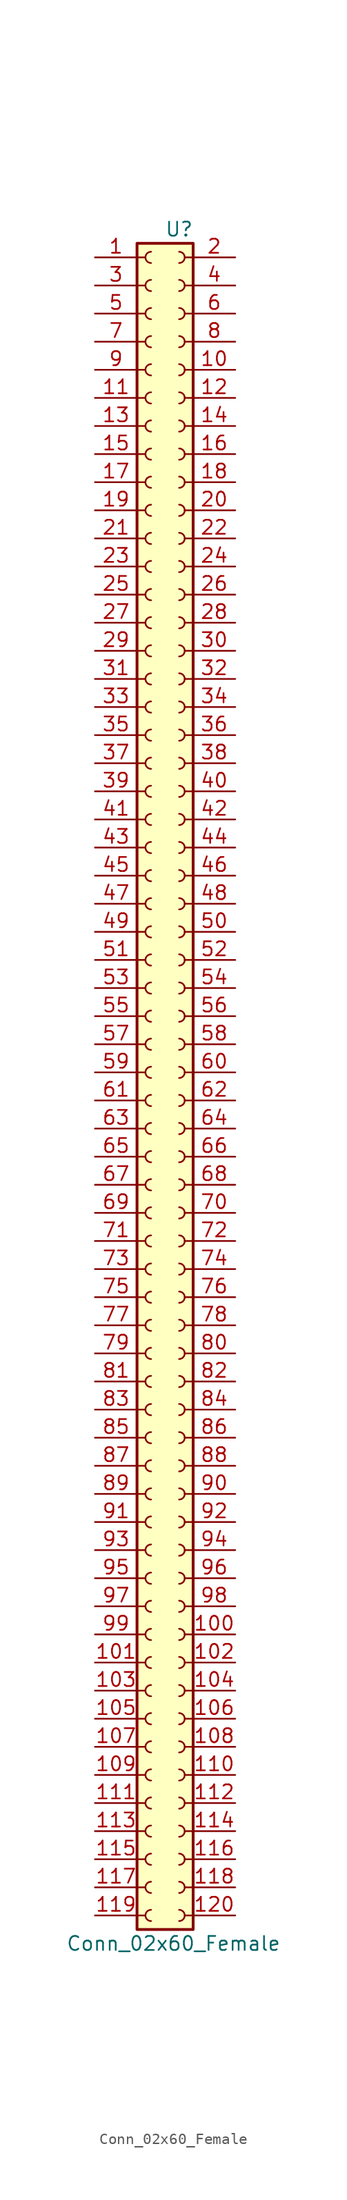
<source format=kicad_sym>
(kicad_symbol_lib
  (version 20231120)
  (generator "kicad_symbol_editor")
  (generator_version "8.0")
  (symbol "Conn_02x60_Female"
    (pin_names hide)
    (property "Reference" "U"
      (at 1.27 76.2 0)
      (effects (font (size 1.27 1.27))))
    (property "Value" "Conn_02x60_Female"
      (at 0.762 -78.74 0)
      (effects (font (size 1.27 1.27))))
    (symbol "Conn_02x60_Female_0_1"
      (polyline (pts (xy -2.54 -76.2) (xy -1.778 -76.2)) (stroke (width 0.152) (type default)) (fill (type none)))
      (polyline (pts (xy -2.54 -73.66) (xy -1.778 -73.66)) (stroke (width 0.152) (type default)) (fill (type none)))
      (polyline (pts (xy -2.54 -71.12) (xy -1.778 -71.12)) (stroke (width 0.152) (type default)) (fill (type none)))
      (polyline (pts (xy -2.54 -68.58) (xy -1.778 -68.58)) (stroke (width 0.152) (type default)) (fill (type none)))
      (polyline (pts (xy -2.54 -66.04) (xy -1.778 -66.04)) (stroke (width 0.152) (type default)) (fill (type none)))
      (polyline (pts (xy -2.54 -63.5) (xy -1.778 -63.5)) (stroke (width 0.152) (type default)) (fill (type none)))
      (polyline (pts (xy -2.54 -60.96) (xy -1.778 -60.96)) (stroke (width 0.152) (type default)) (fill (type none)))
      (polyline (pts (xy -2.54 -58.42) (xy -1.778 -58.42)) (stroke (width 0.152) (type default)) (fill (type none)))
      (polyline (pts (xy -2.54 -55.88) (xy -1.778 -55.88)) (stroke (width 0.152) (type default)) (fill (type none)))
      (polyline (pts (xy -2.54 -53.34) (xy -1.778 -53.34)) (stroke (width 0.152) (type default)) (fill (type none)))
      (polyline (pts (xy -2.54 -50.8) (xy -1.778 -50.8)) (stroke (width 0.152) (type default)) (fill (type none)))
      (polyline (pts (xy -2.54 -48.26) (xy -1.778 -48.26)) (stroke (width 0.152) (type default)) (fill (type none)))
      (polyline (pts (xy -2.54 -45.72) (xy -1.778 -45.72)) (stroke (width 0.152) (type default)) (fill (type none)))
      (polyline (pts (xy -2.54 -43.18) (xy -1.778 -43.18)) (stroke (width 0.152) (type default)) (fill (type none)))
      (polyline (pts (xy -2.54 -40.64) (xy -1.778 -40.64)) (stroke (width 0.152) (type default)) (fill (type none)))
      (polyline (pts (xy -2.54 -38.1) (xy -1.778 -38.1)) (stroke (width 0.152) (type default)) (fill (type none)))
      (polyline (pts (xy -2.54 -35.56) (xy -1.778 -35.56)) (stroke (width 0.152) (type default)) (fill (type none)))
      (polyline (pts (xy -2.54 -33.02) (xy -1.778 -33.02)) (stroke (width 0.152) (type default)) (fill (type none)))
      (polyline (pts (xy -2.54 -30.48) (xy -1.778 -30.48)) (stroke (width 0.152) (type default)) (fill (type none)))
      (polyline (pts (xy -2.54 -27.94) (xy -1.778 -27.94)) (stroke (width 0.152) (type default)) (fill (type none)))
      (polyline (pts (xy -2.54 -25.4) (xy -1.778 -25.4)) (stroke (width 0.152) (type default)) (fill (type none)))
      (polyline (pts (xy -2.54 -22.86) (xy -1.778 -22.86)) (stroke (width 0.152) (type default)) (fill (type none)))
      (polyline (pts (xy -2.54 -20.32) (xy -1.778 -20.32)) (stroke (width 0.152) (type default)) (fill (type none)))
      (polyline (pts (xy -2.54 -17.78) (xy -1.778 -17.78)) (stroke (width 0.152) (type default)) (fill (type none)))
      (polyline (pts (xy -2.54 -15.24) (xy -1.778 -15.24)) (stroke (width 0.152) (type default)) (fill (type none)))
      (polyline (pts (xy -2.54 -12.7) (xy -1.778 -12.7)) (stroke (width 0.152) (type default)) (fill (type none)))
      (polyline (pts (xy -2.54 -10.16) (xy -1.778 -10.16)) (stroke (width 0.152) (type default)) (fill (type none)))
      (polyline (pts (xy -2.54 -7.62) (xy -1.778 -7.62)) (stroke (width 0.152) (type default)) (fill (type none)))
      (polyline (pts (xy -2.54 -5.08) (xy -1.778 -5.08)) (stroke (width 0.152) (type default)) (fill (type none)))
      (polyline (pts (xy -2.54 -2.54) (xy -1.778 -2.54)) (stroke (width 0.152) (type default)) (fill (type none)))
      (polyline (pts (xy -2.54 0) (xy -1.778 0)) (stroke (width 0.152) (type default)) (fill (type none)))
      (polyline (pts (xy -2.54 2.54) (xy -1.778 2.54)) (stroke (width 0.152) (type default)) (fill (type none)))
      (polyline (pts (xy -2.54 5.08) (xy -1.778 5.08)) (stroke (width 0.152) (type default)) (fill (type none)))
      (polyline (pts (xy -2.54 7.62) (xy -1.778 7.62)) (stroke (width 0.152) (type default)) (fill (type none)))
      (polyline (pts (xy -2.54 10.16) (xy -1.778 10.16)) (stroke (width 0.152) (type default)) (fill (type none)))
      (polyline (pts (xy -2.54 12.7) (xy -1.778 12.7)) (stroke (width 0.152) (type default)) (fill (type none)))
      (polyline (pts (xy -2.54 15.24) (xy -1.778 15.24)) (stroke (width 0.152) (type default)) (fill (type none)))
      (polyline (pts (xy -2.54 17.78) (xy -1.778 17.78)) (stroke (width 0.152) (type default)) (fill (type none)))
      (polyline (pts (xy -2.54 20.32) (xy -1.778 20.32)) (stroke (width 0.152) (type default)) (fill (type none)))
      (polyline (pts (xy -2.54 22.86) (xy -1.778 22.86)) (stroke (width 0.152) (type default)) (fill (type none)))
      (polyline (pts (xy -2.54 25.4) (xy -1.778 25.4)) (stroke (width 0.152) (type default)) (fill (type none)))
      (polyline (pts (xy -2.54 27.94) (xy -1.778 27.94)) (stroke (width 0.152) (type default)) (fill (type none)))
      (polyline (pts (xy -2.54 30.48) (xy -1.778 30.48)) (stroke (width 0.152) (type default)) (fill (type none)))
      (polyline (pts (xy -2.54 33.02) (xy -1.778 33.02)) (stroke (width 0.152) (type default)) (fill (type none)))
      (polyline (pts (xy -2.54 35.56) (xy -1.778 35.56)) (stroke (width 0.152) (type default)) (fill (type none)))
      (polyline (pts (xy -2.54 38.1) (xy -1.778 38.1)) (stroke (width 0.152) (type default)) (fill (type none)))
      (polyline (pts (xy -2.54 40.64) (xy -1.778 40.64)) (stroke (width 0.152) (type default)) (fill (type none)))
      (polyline (pts (xy -2.54 43.18) (xy -1.778 43.18)) (stroke (width 0.152) (type default)) (fill (type none)))
      (polyline (pts (xy -2.54 45.72) (xy -1.778 45.72)) (stroke (width 0.152) (type default)) (fill (type none)))
      (polyline (pts (xy -2.54 48.26) (xy -1.778 48.26)) (stroke (width 0.152) (type default)) (fill (type none)))
      (polyline (pts (xy -2.54 50.8) (xy -1.778 50.8)) (stroke (width 0.152) (type default)) (fill (type none)))
      (polyline (pts (xy -2.54 53.34) (xy -1.778 53.34)) (stroke (width 0.152) (type default)) (fill (type none)))
      (polyline (pts (xy -2.54 55.88) (xy -1.778 55.88)) (stroke (width 0.152) (type default)) (fill (type none)))
      (polyline (pts (xy -2.54 58.42) (xy -1.778 58.42)) (stroke (width 0.152) (type default)) (fill (type none)))
      (polyline (pts (xy -2.54 60.96) (xy -1.778 60.96)) (stroke (width 0.152) (type default)) (fill (type none)))
      (polyline (pts (xy -2.54 63.5) (xy -1.778 63.5)) (stroke (width 0.152) (type default)) (fill (type none)))
      (polyline (pts (xy -2.54 66.04) (xy -1.778 66.04)) (stroke (width 0.152) (type default)) (fill (type none)))
      (polyline (pts (xy -2.54 68.58) (xy -1.778 68.58)) (stroke (width 0.152) (type default)) (fill (type none)))
      (polyline (pts (xy -2.54 71.12) (xy -1.778 71.12)) (stroke (width 0.152) (type default)) (fill (type none)))
      (polyline (pts (xy -2.54 73.66) (xy -1.778 73.66)) (stroke (width 0.152) (type default)) (fill (type none)))
      (polyline (pts (xy 2.54 -76.2) (xy 1.778 -76.2)) (stroke (width 0.152) (type default)) (fill (type none)))
      (polyline (pts (xy 2.54 -73.66) (xy 1.778 -73.66)) (stroke (width 0.152) (type default)) (fill (type none)))
      (polyline (pts (xy 2.54 -71.12) (xy 1.778 -71.12)) (stroke (width 0.152) (type default)) (fill (type none)))
      (polyline (pts (xy 2.54 -68.58) (xy 1.778 -68.58)) (stroke (width 0.152) (type default)) (fill (type none)))
      (polyline (pts (xy 2.54 -66.04) (xy 1.778 -66.04)) (stroke (width 0.152) (type default)) (fill (type none)))
      (polyline (pts (xy 2.54 -63.5) (xy 1.778 -63.5)) (stroke (width 0.152) (type default)) (fill (type none)))
      (polyline (pts (xy 2.54 -60.96) (xy 1.778 -60.96)) (stroke (width 0.152) (type default)) (fill (type none)))
      (polyline (pts (xy 2.54 -58.42) (xy 1.778 -58.42)) (stroke (width 0.152) (type default)) (fill (type none)))
      (polyline (pts (xy 2.54 -55.88) (xy 1.778 -55.88)) (stroke (width 0.152) (type default)) (fill (type none)))
      (polyline (pts (xy 2.54 -53.34) (xy 1.778 -53.34)) (stroke (width 0.152) (type default)) (fill (type none)))
      (polyline (pts (xy 2.54 -50.8) (xy 1.778 -50.8)) (stroke (width 0.152) (type default)) (fill (type none)))
      (polyline (pts (xy 2.54 -48.26) (xy 1.778 -48.26)) (stroke (width 0.152) (type default)) (fill (type none)))
      (polyline (pts (xy 2.54 -45.72) (xy 1.778 -45.72)) (stroke (width 0.152) (type default)) (fill (type none)))
      (polyline (pts (xy 2.54 -43.18) (xy 1.778 -43.18)) (stroke (width 0.152) (type default)) (fill (type none)))
      (polyline (pts (xy 2.54 -40.64) (xy 1.778 -40.64)) (stroke (width 0.152) (type default)) (fill (type none)))
      (polyline (pts (xy 2.54 -38.1) (xy 1.778 -38.1)) (stroke (width 0.152) (type default)) (fill (type none)))
      (polyline (pts (xy 2.54 -35.56) (xy 1.778 -35.56)) (stroke (width 0.152) (type default)) (fill (type none)))
      (polyline (pts (xy 2.54 -33.02) (xy 1.778 -33.02)) (stroke (width 0.152) (type default)) (fill (type none)))
      (polyline (pts (xy 2.54 -30.48) (xy 1.778 -30.48)) (stroke (width 0.152) (type default)) (fill (type none)))
      (polyline (pts (xy 2.54 -27.94) (xy 1.778 -27.94)) (stroke (width 0.152) (type default)) (fill (type none)))
      (polyline (pts (xy 2.54 -25.4) (xy 1.778 -25.4)) (stroke (width 0.152) (type default)) (fill (type none)))
      (polyline (pts (xy 2.54 -22.86) (xy 1.778 -22.86)) (stroke (width 0.152) (type default)) (fill (type none)))
      (polyline (pts (xy 2.54 -20.32) (xy 1.778 -20.32)) (stroke (width 0.152) (type default)) (fill (type none)))
      (polyline (pts (xy 2.54 -17.78) (xy 1.778 -17.78)) (stroke (width 0.152) (type default)) (fill (type none)))
      (polyline (pts (xy 2.54 -15.24) (xy 1.778 -15.24)) (stroke (width 0.152) (type default)) (fill (type none)))
      (polyline (pts (xy 2.54 -12.7) (xy 1.778 -12.7)) (stroke (width 0.152) (type default)) (fill (type none)))
      (polyline (pts (xy 2.54 -10.16) (xy 1.778 -10.16)) (stroke (width 0.152) (type default)) (fill (type none)))
      (polyline (pts (xy 2.54 -7.62) (xy 1.778 -7.62)) (stroke (width 0.152) (type default)) (fill (type none)))
      (polyline (pts (xy 2.54 -5.08) (xy 1.778 -5.08)) (stroke (width 0.152) (type default)) (fill (type none)))
      (polyline (pts (xy 2.54 -2.54) (xy 1.778 -2.54)) (stroke (width 0.152) (type default)) (fill (type none)))
      (polyline (pts (xy 2.54 0) (xy 1.778 0)) (stroke (width 0.152) (type default)) (fill (type none)))
      (polyline (pts (xy 2.54 2.54) (xy 1.778 2.54)) (stroke (width 0.152) (type default)) (fill (type none)))
      (polyline (pts (xy 2.54 5.08) (xy 1.778 5.08)) (stroke (width 0.152) (type default)) (fill (type none)))
      (polyline (pts (xy 2.54 7.62) (xy 1.778 7.62)) (stroke (width 0.152) (type default)) (fill (type none)))
      (polyline (pts (xy 2.54 10.16) (xy 1.778 10.16)) (stroke (width 0.152) (type default)) (fill (type none)))
      (polyline (pts (xy 2.54 12.7) (xy 1.778 12.7)) (stroke (width 0.152) (type default)) (fill (type none)))
      (polyline (pts (xy 2.54 15.24) (xy 1.778 15.24)) (stroke (width 0.152) (type default)) (fill (type none)))
      (polyline (pts (xy 2.54 17.78) (xy 1.778 17.78)) (stroke (width 0.152) (type default)) (fill (type none)))
      (polyline (pts (xy 2.54 20.32) (xy 1.778 20.32)) (stroke (width 0.152) (type default)) (fill (type none)))
      (polyline (pts (xy 2.54 22.86) (xy 1.778 22.86)) (stroke (width 0.152) (type default)) (fill (type none)))
      (polyline (pts (xy 2.54 25.4) (xy 1.778 25.4)) (stroke (width 0.152) (type default)) (fill (type none)))
      (polyline (pts (xy 2.54 27.94) (xy 1.778 27.94)) (stroke (width 0.152) (type default)) (fill (type none)))
      (polyline (pts (xy 2.54 30.48) (xy 1.778 30.48)) (stroke (width 0.152) (type default)) (fill (type none)))
      (polyline (pts (xy 2.54 33.02) (xy 1.778 33.02)) (stroke (width 0.152) (type default)) (fill (type none)))
      (polyline (pts (xy 2.54 35.56) (xy 1.778 35.56)) (stroke (width 0.152) (type default)) (fill (type none)))
      (polyline (pts (xy 2.54 38.1) (xy 1.778 38.1)) (stroke (width 0.152) (type default)) (fill (type none)))
      (polyline (pts (xy 2.54 40.64) (xy 1.778 40.64)) (stroke (width 0.152) (type default)) (fill (type none)))
      (polyline (pts (xy 2.54 43.18) (xy 1.778 43.18)) (stroke (width 0.152) (type default)) (fill (type none)))
      (polyline (pts (xy 2.54 45.72) (xy 1.778 45.72)) (stroke (width 0.152) (type default)) (fill (type none)))
      (polyline (pts (xy 2.54 48.26) (xy 1.778 48.26)) (stroke (width 0.152) (type default)) (fill (type none)))
      (polyline (pts (xy 2.54 50.8) (xy 1.778 50.8)) (stroke (width 0.152) (type default)) (fill (type none)))
      (polyline (pts (xy 2.54 53.34) (xy 1.778 53.34)) (stroke (width 0.152) (type default)) (fill (type none)))
      (polyline (pts (xy 2.54 55.88) (xy 1.778 55.88)) (stroke (width 0.152) (type default)) (fill (type none)))
      (polyline (pts (xy 2.54 58.42) (xy 1.778 58.42)) (stroke (width 0.152) (type default)) (fill (type none)))
      (polyline (pts (xy 2.54 60.96) (xy 1.778 60.96)) (stroke (width 0.152) (type default)) (fill (type none)))
      (polyline (pts (xy 2.54 63.5) (xy 1.778 63.5)) (stroke (width 0.152) (type default)) (fill (type none)))
      (polyline (pts (xy 2.54 66.04) (xy 1.778 66.04)) (stroke (width 0.152) (type default)) (fill (type none)))
      (polyline (pts (xy 2.54 68.58) (xy 1.778 68.58)) (stroke (width 0.152) (type default)) (fill (type none)))
      (polyline (pts (xy 2.54 71.12) (xy 1.778 71.12)) (stroke (width 0.152) (type default)) (fill (type none)))
      (polyline (pts (xy 2.54 73.66) (xy 1.778 73.66)) (stroke (width 0.152) (type default)) (fill (type none))))
    (symbol "Conn_02x60_Female_1_1"
      (rectangle (start -2.54 74.93) (end 2.54 -77.47) (stroke (width 0.254) (type default)) (fill (type background)))
      (arc (start -1.27 -75.692) (mid -1.7758 -76.2) (end -1.27 -76.708) (stroke (width 0.1524) (type default)) (fill (type none)))
      (arc (start -1.27 -73.152) (mid -1.7758 -73.66) (end -1.27 -74.168) (stroke (width 0.1524) (type default)) (fill (type none)))
      (arc (start -1.27 -70.612) (mid -1.7758 -71.12) (end -1.27 -71.628) (stroke (width 0.1524) (type default)) (fill (type none)))
      (arc (start -1.27 -68.072) (mid -1.7758 -68.58) (end -1.27 -69.088) (stroke (width 0.1524) (type default)) (fill (type none)))
      (arc (start -1.27 -65.532) (mid -1.7758 -66.04) (end -1.27 -66.548) (stroke (width 0.1524) (type default)) (fill (type none)))
      (arc (start -1.27 -62.992) (mid -1.7758 -63.5) (end -1.27 -64.008) (stroke (width 0.1524) (type default)) (fill (type none)))
      (arc (start -1.27 -60.452) (mid -1.7758 -60.96) (end -1.27 -61.468) (stroke (width 0.1524) (type default)) (fill (type none)))
      (arc (start -1.27 -57.912) (mid -1.7758 -58.42) (end -1.27 -58.928) (stroke (width 0.1524) (type default)) (fill (type none)))
      (arc (start -1.27 -55.372) (mid -1.7758 -55.88) (end -1.27 -56.388) (stroke (width 0.1524) (type default)) (fill (type none)))
      (arc (start -1.27 -52.832) (mid -1.7758 -53.34) (end -1.27 -53.848) (stroke (width 0.1524) (type default)) (fill (type none)))
      (arc (start -1.27 -50.292) (mid -1.7758 -50.8) (end -1.27 -51.308) (stroke (width 0.1524) (type default)) (fill (type none)))
      (arc (start -1.27 -47.752) (mid -1.7758 -48.26) (end -1.27 -48.768) (stroke (width 0.1524) (type default)) (fill (type none)))
      (arc (start -1.27 -45.212) (mid -1.7758 -45.72) (end -1.27 -46.228) (stroke (width 0.1524) (type default)) (fill (type none)))
      (arc (start -1.27 -42.672) (mid -1.7758 -43.18) (end -1.27 -43.688) (stroke (width 0.1524) (type default)) (fill (type none)))
      (arc (start -1.27 -40.132) (mid -1.7758 -40.64) (end -1.27 -41.148) (stroke (width 0.1524) (type default)) (fill (type none)))
      (arc (start -1.27 -37.592) (mid -1.7758 -38.1) (end -1.27 -38.608) (stroke (width 0.1524) (type default)) (fill (type none)))
      (arc (start -1.27 -35.052) (mid -1.7758 -35.56) (end -1.27 -36.068) (stroke (width 0.1524) (type default)) (fill (type none)))
      (arc (start -1.27 -32.512) (mid -1.7758 -33.02) (end -1.27 -33.528) (stroke (width 0.1524) (type default)) (fill (type none)))
      (arc (start -1.27 -29.972) (mid -1.7758 -30.48) (end -1.27 -30.988) (stroke (width 0.1524) (type default)) (fill (type none)))
      (arc (start -1.27 -27.432) (mid -1.7758 -27.94) (end -1.27 -28.448) (stroke (width 0.1524) (type default)) (fill (type none)))
      (arc (start -1.27 -24.892) (mid -1.7758 -25.4) (end -1.27 -25.908) (stroke (width 0.1524) (type default)) (fill (type none)))
      (arc (start -1.27 -22.352) (mid -1.7758 -22.86) (end -1.27 -23.368) (stroke (width 0.1524) (type default)) (fill (type none)))
      (arc (start -1.27 -19.812) (mid -1.7758 -20.32) (end -1.27 -20.828) (stroke (width 0.1524) (type default)) (fill (type none)))
      (arc (start -1.27 -17.272) (mid -1.7758 -17.78) (end -1.27 -18.288) (stroke (width 0.1524) (type default)) (fill (type none)))
      (arc (start -1.27 -14.732) (mid -1.7758 -15.24) (end -1.27 -15.748) (stroke (width 0.1524) (type default)) (fill (type none)))
      (arc (start -1.27 -12.192) (mid -1.7758 -12.7) (end -1.27 -13.208) (stroke (width 0.1524) (type default)) (fill (type none)))
      (arc (start -1.27 -9.652) (mid -1.7758 -10.16) (end -1.27 -10.668) (stroke (width 0.1524) (type default)) (fill (type none)))
      (arc (start -1.27 -7.112) (mid -1.7758 -7.62) (end -1.27 -8.128) (stroke (width 0.1524) (type default)) (fill (type none)))
      (arc (start -1.27 -4.572) (mid -1.7758 -5.08) (end -1.27 -5.588) (stroke (width 0.1524) (type default)) (fill (type none)))
      (arc (start -1.27 -2.032) (mid -1.7758 -2.54) (end -1.27 -3.048) (stroke (width 0.1524) (type default)) (fill (type none)))
      (arc (start -1.27 0.508) (mid -1.7758 0) (end -1.27 -0.508) (stroke (width 0.1524) (type default)) (fill (type none)))
      (arc (start -1.27 3.048) (mid -1.7758 2.54) (end -1.27 2.032) (stroke (width 0.1524) (type default)) (fill (type none)))
      (arc (start -1.27 5.588) (mid -1.7758 5.08) (end -1.27 4.572) (stroke (width 0.1524) (type default)) (fill (type none)))
      (arc (start -1.27 8.128) (mid -1.7758 7.62) (end -1.27 7.112) (stroke (width 0.1524) (type default)) (fill (type none)))
      (arc (start -1.27 10.668) (mid -1.7758 10.16) (end -1.27 9.652) (stroke (width 0.1524) (type default)) (fill (type none)))
      (arc (start -1.27 13.208) (mid -1.7758 12.7) (end -1.27 12.192) (stroke (width 0.1524) (type default)) (fill (type none)))
      (arc (start -1.27 15.748) (mid -1.7758 15.24) (end -1.27 14.732) (stroke (width 0.1524) (type default)) (fill (type none)))
      (arc (start -1.27 18.288) (mid -1.7758 17.78) (end -1.27 17.272) (stroke (width 0.1524) (type default)) (fill (type none)))
      (arc (start -1.27 20.828) (mid -1.7758 20.32) (end -1.27 19.812) (stroke (width 0.1524) (type default)) (fill (type none)))
      (arc (start -1.27 23.368) (mid -1.7758 22.86) (end -1.27 22.352) (stroke (width 0.1524) (type default)) (fill (type none)))
      (arc (start -1.27 25.908) (mid -1.7758 25.4) (end -1.27 24.892) (stroke (width 0.1524) (type default)) (fill (type none)))
      (arc (start -1.27 28.448) (mid -1.7758 27.94) (end -1.27 27.432) (stroke (width 0.1524) (type default)) (fill (type none)))
      (arc (start -1.27 30.988) (mid -1.7758 30.48) (end -1.27 29.972) (stroke (width 0.1524) (type default)) (fill (type none)))
      (arc (start -1.27 33.528) (mid -1.7758 33.02) (end -1.27 32.512) (stroke (width 0.1524) (type default)) (fill (type none)))
      (arc (start -1.27 36.068) (mid -1.7758 35.56) (end -1.27 35.052) (stroke (width 0.1524) (type default)) (fill (type none)))
      (arc (start -1.27 38.608) (mid -1.7758 38.1) (end -1.27 37.592) (stroke (width 0.1524) (type default)) (fill (type none)))
      (arc (start -1.27 41.148) (mid -1.7758 40.64) (end -1.27 40.132) (stroke (width 0.1524) (type default)) (fill (type none)))
      (arc (start -1.27 43.688) (mid -1.7758 43.18) (end -1.27 42.672) (stroke (width 0.1524) (type default)) (fill (type none)))
      (arc (start -1.27 46.228) (mid -1.7758 45.72) (end -1.27 45.212) (stroke (width 0.1524) (type default)) (fill (type none)))
      (arc (start -1.27 48.768) (mid -1.7758 48.26) (end -1.27 47.752) (stroke (width 0.1524) (type default)) (fill (type none)))
      (arc (start -1.27 51.308) (mid -1.7758 50.8) (end -1.27 50.292) (stroke (width 0.1524) (type default)) (fill (type none)))
      (arc (start -1.27 53.848) (mid -1.7758 53.34) (end -1.27 52.832) (stroke (width 0.1524) (type default)) (fill (type none)))
      (arc (start -1.27 56.388) (mid -1.7758 55.88) (end -1.27 55.372) (stroke (width 0.1524) (type default)) (fill (type none)))
      (arc (start -1.27 58.928) (mid -1.7758 58.42) (end -1.27 57.912) (stroke (width 0.1524) (type default)) (fill (type none)))
      (arc (start -1.27 61.468) (mid -1.7758 60.96) (end -1.27 60.452) (stroke (width 0.1524) (type default)) (fill (type none)))
      (arc (start -1.27 64.008) (mid -1.7758 63.5) (end -1.27 62.992) (stroke (width 0.1524) (type default)) (fill (type none)))
      (arc (start -1.27 66.548) (mid -1.7758 66.04) (end -1.27 65.532) (stroke (width 0.1524) (type default)) (fill (type none)))
      (arc (start -1.27 69.088) (mid -1.7758 68.58) (end -1.27 68.072) (stroke (width 0.1524) (type default)) (fill (type none)))
      (arc (start -1.27 71.628) (mid -1.7758 71.12) (end -1.27 70.612) (stroke (width 0.1524) (type default)) (fill (type none)))
      (arc (start -1.27 74.168) (mid -1.7758 73.66) (end -1.27 73.152) (stroke (width 0.1524) (type default)) (fill (type none)))
      (arc (start 1.27 -76.708) (mid 1.7758 -76.2) (end 1.27 -75.692) (stroke (width 0.1524) (type default)) (fill (type none)))
      (arc (start 1.27 -74.168) (mid 1.7758 -73.66) (end 1.27 -73.152) (stroke (width 0.1524) (type default)) (fill (type none)))
      (arc (start 1.27 -71.628) (mid 1.7758 -71.12) (end 1.27 -70.612) (stroke (width 0.1524) (type default)) (fill (type none)))
      (arc (start 1.27 -69.088) (mid 1.7758 -68.58) (end 1.27 -68.072) (stroke (width 0.1524) (type default)) (fill (type none)))
      (arc (start 1.27 -66.548) (mid 1.7758 -66.04) (end 1.27 -65.532) (stroke (width 0.1524) (type default)) (fill (type none)))
      (arc (start 1.27 -64.008) (mid 1.7758 -63.5) (end 1.27 -62.992) (stroke (width 0.1524) (type default)) (fill (type none)))
      (arc (start 1.27 -61.468) (mid 1.7758 -60.96) (end 1.27 -60.452) (stroke (width 0.1524) (type default)) (fill (type none)))
      (arc (start 1.27 -58.928) (mid 1.7758 -58.42) (end 1.27 -57.912) (stroke (width 0.1524) (type default)) (fill (type none)))
      (arc (start 1.27 -56.388) (mid 1.7758 -55.88) (end 1.27 -55.372) (stroke (width 0.1524) (type default)) (fill (type none)))
      (arc (start 1.27 -53.848) (mid 1.7758 -53.34) (end 1.27 -52.832) (stroke (width 0.1524) (type default)) (fill (type none)))
      (arc (start 1.27 -51.308) (mid 1.7758 -50.8) (end 1.27 -50.292) (stroke (width 0.1524) (type default)) (fill (type none)))
      (arc (start 1.27 -48.768) (mid 1.7758 -48.26) (end 1.27 -47.752) (stroke (width 0.1524) (type default)) (fill (type none)))
      (arc (start 1.27 -46.228) (mid 1.7758 -45.72) (end 1.27 -45.212) (stroke (width 0.1524) (type default)) (fill (type none)))
      (arc (start 1.27 -43.688) (mid 1.7758 -43.18) (end 1.27 -42.672) (stroke (width 0.1524) (type default)) (fill (type none)))
      (arc (start 1.27 -41.148) (mid 1.7758 -40.64) (end 1.27 -40.132) (stroke (width 0.1524) (type default)) (fill (type none)))
      (arc (start 1.27 -38.608) (mid 1.7758 -38.1) (end 1.27 -37.592) (stroke (width 0.1524) (type default)) (fill (type none)))
      (arc (start 1.27 -36.068) (mid 1.7758 -35.56) (end 1.27 -35.052) (stroke (width 0.1524) (type default)) (fill (type none)))
      (arc (start 1.27 -33.528) (mid 1.7758 -33.02) (end 1.27 -32.512) (stroke (width 0.1524) (type default)) (fill (type none)))
      (arc (start 1.27 -30.988) (mid 1.7758 -30.48) (end 1.27 -29.972) (stroke (width 0.1524) (type default)) (fill (type none)))
      (arc (start 1.27 -28.448) (mid 1.7758 -27.94) (end 1.27 -27.432) (stroke (width 0.1524) (type default)) (fill (type none)))
      (arc (start 1.27 -25.908) (mid 1.7758 -25.4) (end 1.27 -24.892) (stroke (width 0.1524) (type default)) (fill (type none)))
      (arc (start 1.27 -23.368) (mid 1.7758 -22.86) (end 1.27 -22.352) (stroke (width 0.1524) (type default)) (fill (type none)))
      (arc (start 1.27 -20.828) (mid 1.7758 -20.32) (end 1.27 -19.812) (stroke (width 0.1524) (type default)) (fill (type none)))
      (arc (start 1.27 -18.288) (mid 1.7758 -17.78) (end 1.27 -17.272) (stroke (width 0.1524) (type default)) (fill (type none)))
      (arc (start 1.27 -15.748) (mid 1.7758 -15.24) (end 1.27 -14.732) (stroke (width 0.1524) (type default)) (fill (type none)))
      (arc (start 1.27 -13.208) (mid 1.7758 -12.7) (end 1.27 -12.192) (stroke (width 0.1524) (type default)) (fill (type none)))
      (arc (start 1.27 -10.668) (mid 1.7758 -10.16) (end 1.27 -9.652) (stroke (width 0.1524) (type default)) (fill (type none)))
      (arc (start 1.27 -8.128) (mid 1.7758 -7.62) (end 1.27 -7.112) (stroke (width 0.1524) (type default)) (fill (type none)))
      (arc (start 1.27 -5.588) (mid 1.7758 -5.08) (end 1.27 -4.572) (stroke (width 0.1524) (type default)) (fill (type none)))
      (arc (start 1.27 -3.048) (mid 1.7758 -2.54) (end 1.27 -2.032) (stroke (width 0.1524) (type default)) (fill (type none)))
      (arc (start 1.27 -0.508) (mid 1.7758 0) (end 1.27 0.508) (stroke (width 0.1524) (type default)) (fill (type none)))
      (arc (start 1.27 2.032) (mid 1.7758 2.54) (end 1.27 3.048) (stroke (width 0.1524) (type default)) (fill (type none)))
      (arc (start 1.27 4.572) (mid 1.7758 5.08) (end 1.27 5.588) (stroke (width 0.1524) (type default)) (fill (type none)))
      (arc (start 1.27 7.112) (mid 1.7758 7.62) (end 1.27 8.128) (stroke (width 0.1524) (type default)) (fill (type none)))
      (arc (start 1.27 9.652) (mid 1.7758 10.16) (end 1.27 10.668) (stroke (width 0.1524) (type default)) (fill (type none)))
      (arc (start 1.27 12.192) (mid 1.7758 12.7) (end 1.27 13.208) (stroke (width 0.1524) (type default)) (fill (type none)))
      (arc (start 1.27 14.732) (mid 1.7758 15.24) (end 1.27 15.748) (stroke (width 0.1524) (type default)) (fill (type none)))
      (arc (start 1.27 17.272) (mid 1.7758 17.78) (end 1.27 18.288) (stroke (width 0.1524) (type default)) (fill (type none)))
      (arc (start 1.27 19.812) (mid 1.7758 20.32) (end 1.27 20.828) (stroke (width 0.1524) (type default)) (fill (type none)))
      (arc (start 1.27 22.352) (mid 1.7758 22.86) (end 1.27 23.368) (stroke (width 0.1524) (type default)) (fill (type none)))
      (arc (start 1.27 24.892) (mid 1.7758 25.4) (end 1.27 25.908) (stroke (width 0.1524) (type default)) (fill (type none)))
      (arc (start 1.27 27.432) (mid 1.7758 27.94) (end 1.27 28.448) (stroke (width 0.1524) (type default)) (fill (type none)))
      (arc (start 1.27 29.972) (mid 1.7758 30.48) (end 1.27 30.988) (stroke (width 0.1524) (type default)) (fill (type none)))
      (arc (start 1.27 32.512) (mid 1.7758 33.02) (end 1.27 33.528) (stroke (width 0.1524) (type default)) (fill (type none)))
      (arc (start 1.27 35.052) (mid 1.7758 35.56) (end 1.27 36.068) (stroke (width 0.1524) (type default)) (fill (type none)))
      (arc (start 1.27 37.592) (mid 1.7758 38.1) (end 1.27 38.608) (stroke (width 0.1524) (type default)) (fill (type none)))
      (arc (start 1.27 40.132) (mid 1.7758 40.64) (end 1.27 41.148) (stroke (width 0.1524) (type default)) (fill (type none)))
      (arc (start 1.27 42.672) (mid 1.7758 43.18) (end 1.27 43.688) (stroke (width 0.1524) (type default)) (fill (type none)))
      (arc (start 1.27 45.212) (mid 1.7758 45.72) (end 1.27 46.228) (stroke (width 0.1524) (type default)) (fill (type none)))
      (arc (start 1.27 47.752) (mid 1.7758 48.26) (end 1.27 48.768) (stroke (width 0.1524) (type default)) (fill (type none)))
      (arc (start 1.27 50.292) (mid 1.7758 50.8) (end 1.27 51.308) (stroke (width 0.1524) (type default)) (fill (type none)))
      (arc (start 1.27 52.832) (mid 1.7758 53.34) (end 1.27 53.848) (stroke (width 0.1524) (type default)) (fill (type none)))
      (arc (start 1.27 55.372) (mid 1.7758 55.88) (end 1.27 56.388) (stroke (width 0.1524) (type default)) (fill (type none)))
      (arc (start 1.27 57.912) (mid 1.7758 58.42) (end 1.27 58.928) (stroke (width 0.1524) (type default)) (fill (type none)))
      (arc (start 1.27 60.452) (mid 1.7758 60.96) (end 1.27 61.468) (stroke (width 0.1524) (type default)) (fill (type none)))
      (arc (start 1.27 62.992) (mid 1.7758 63.5) (end 1.27 64.008) (stroke (width 0.1524) (type default)) (fill (type none)))
      (arc (start 1.27 65.532) (mid 1.7758 66.04) (end 1.27 66.548) (stroke (width 0.1524) (type default)) (fill (type none)))
      (arc (start 1.27 68.072) (mid 1.7758 68.58) (end 1.27 69.088) (stroke (width 0.1524) (type default)) (fill (type none)))
      (arc (start 1.27 70.612) (mid 1.7758 71.12) (end 1.27 71.628) (stroke (width 0.1524) (type default)) (fill (type none)))
      (arc (start 1.27 73.152) (mid 1.7758 73.66) (end 1.27 74.168) (stroke (width 0.1524) (type default)) (fill (type none)))
      (pin passive line (at -6.35 73.66 0) (length 3.81) (name "" (effects (font (size 1.27 1.27)))) (number "1" (effects (font (size 1.27 1.27)))))
      (pin passive line (at 6.35 63.5 180) (length 3.81) (name "Pin_10" (effects (font (size 1.27 1.27)))) (number "10" (effects (font (size 1.27 1.27)))))
      (pin passive line (at 6.35 -50.8 180) (length 3.81) (name "Pin_100" (effects (font (size 1.27 1.27)))) (number "100" (effects (font (size 1.27 1.27)))))
      (pin passive line (at -6.35 -53.34 0) (length 3.81) (name "Pin_101" (effects (font (size 1.27 1.27)))) (number "101" (effects (font (size 1.27 1.27)))))
      (pin passive line (at 6.35 -53.34 180) (length 3.81) (name "Pin_102" (effects (font (size 1.27 1.27)))) (number "102" (effects (font (size 1.27 1.27)))))
      (pin passive line (at -6.35 -55.88 0) (length 3.81) (name "Pin_103" (effects (font (size 1.27 1.27)))) (number "103" (effects (font (size 1.27 1.27)))))
      (pin passive line (at 6.35 -55.88 180) (length 3.81) (name "Pin_104" (effects (font (size 1.27 1.27)))) (number "104" (effects (font (size 1.27 1.27)))))
      (pin passive line (at -6.35 -58.42 0) (length 3.81) (name "Pin_105" (effects (font (size 1.27 1.27)))) (number "105" (effects (font (size 1.27 1.27)))))
      (pin passive line (at 6.35 -58.42 180) (length 3.81) (name "Pin_106" (effects (font (size 1.27 1.27)))) (number "106" (effects (font (size 1.27 1.27)))))
      (pin passive line (at -6.35 -60.96 0) (length 3.81) (name "Pin_107" (effects (font (size 1.27 1.27)))) (number "107" (effects (font (size 1.27 1.27)))))
      (pin passive line (at 6.35 -60.96 180) (length 3.81) (name "Pin_108" (effects (font (size 1.27 1.27)))) (number "108" (effects (font (size 1.27 1.27)))))
      (pin passive line (at -6.35 -63.5 0) (length 3.81) (name "Pin_109" (effects (font (size 1.27 1.27)))) (number "109" (effects (font (size 1.27 1.27)))))
      (pin passive line (at -6.35 60.96 0) (length 3.81) (name "Pin_11" (effects (font (size 1.27 1.27)))) (number "11" (effects (font (size 1.27 1.27)))))
      (pin passive line (at 6.35 -63.5 180) (length 3.81) (name "Pin_110" (effects (font (size 1.27 1.27)))) (number "110" (effects (font (size 1.27 1.27)))))
      (pin passive line (at -6.35 -66.04 0) (length 3.81) (name "Pin_111" (effects (font (size 1.27 1.27)))) (number "111" (effects (font (size 1.27 1.27)))))
      (pin passive line (at 6.35 -66.04 180) (length 3.81) (name "Pin_112" (effects (font (size 1.27 1.27)))) (number "112" (effects (font (size 1.27 1.27)))))
      (pin passive line (at -6.35 -68.58 0) (length 3.81) (name "Pin_113" (effects (font (size 1.27 1.27)))) (number "113" (effects (font (size 1.27 1.27)))))
      (pin passive line (at 6.35 -68.58 180) (length 3.81) (name "Pin_114" (effects (font (size 1.27 1.27)))) (number "114" (effects (font (size 1.27 1.27)))))
      (pin passive line (at -6.35 -71.12 0) (length 3.81) (name "Pin_115" (effects (font (size 1.27 1.27)))) (number "115" (effects (font (size 1.27 1.27)))))
      (pin passive line (at 6.35 -71.12 180) (length 3.81) (name "Pin_116" (effects (font (size 1.27 1.27)))) (number "116" (effects (font (size 1.27 1.27)))))
      (pin passive line (at -6.35 -73.66 0) (length 3.81) (name "Pin_117" (effects (font (size 1.27 1.27)))) (number "117" (effects (font (size 1.27 1.27)))))
      (pin passive line (at 6.35 -73.66 180) (length 3.81) (name "Pin_118" (effects (font (size 1.27 1.27)))) (number "118" (effects (font (size 1.27 1.27)))))
      (pin passive line (at -6.35 -76.2 0) (length 3.81) (name "Pin_119" (effects (font (size 1.27 1.27)))) (number "119" (effects (font (size 1.27 1.27)))))
      (pin passive line (at 6.35 60.96 180) (length 3.81) (name "Pin_12" (effects (font (size 1.27 1.27)))) (number "12" (effects (font (size 1.27 1.27)))))
      (pin passive line (at 6.35 -76.2 180) (length 3.81) (name "Pin_120" (effects (font (size 1.27 1.27)))) (number "120" (effects (font (size 1.27 1.27)))))
      (pin passive line (at -6.35 58.42 0) (length 3.81) (name "Pin_13" (effects (font (size 1.27 1.27)))) (number "13" (effects (font (size 1.27 1.27)))))
      (pin passive line (at 6.35 58.42 180) (length 3.81) (name "Pin_14" (effects (font (size 1.27 1.27)))) (number "14" (effects (font (size 1.27 1.27)))))
      (pin passive line (at -6.35 55.88 0) (length 3.81) (name "Pin_15" (effects (font (size 1.27 1.27)))) (number "15" (effects (font (size 1.27 1.27)))))
      (pin passive line (at 6.35 55.88 180) (length 3.81) (name "Pin_16" (effects (font (size 1.27 1.27)))) (number "16" (effects (font (size 1.27 1.27)))))
      (pin passive line (at -6.35 53.34 0) (length 3.81) (name "Pin_17" (effects (font (size 1.27 1.27)))) (number "17" (effects (font (size 1.27 1.27)))))
      (pin passive line (at 6.35 53.34 180) (length 3.81) (name "Pin_18" (effects (font (size 1.27 1.27)))) (number "18" (effects (font (size 1.27 1.27)))))
      (pin passive line (at -6.35 50.8 0) (length 3.81) (name "Pin_19" (effects (font (size 1.27 1.27)))) (number "19" (effects (font (size 1.27 1.27)))))
      (pin passive line (at 6.35 73.66 180) (length 3.81) (name "" (effects (font (size 1.27 1.27)))) (number "2" (effects (font (size 1.27 1.27)))))
      (pin passive line (at 6.35 50.8 180) (length 3.81) (name "Pin_20" (effects (font (size 1.27 1.27)))) (number "20" (effects (font (size 1.27 1.27)))))
      (pin passive line (at -6.35 48.26 0) (length 3.81) (name "Pin_21" (effects (font (size 1.27 1.27)))) (number "21" (effects (font (size 1.27 1.27)))))
      (pin passive line (at 6.35 48.26 180) (length 3.81) (name "Pin_22" (effects (font (size 1.27 1.27)))) (number "22" (effects (font (size 1.27 1.27)))))
      (pin passive line (at -6.35 45.72 0) (length 3.81) (name "Pin_23" (effects (font (size 1.27 1.27)))) (number "23" (effects (font (size 1.27 1.27)))))
      (pin passive line (at 6.35 45.72 180) (length 3.81) (name "Pin_24" (effects (font (size 1.27 1.27)))) (number "24" (effects (font (size 1.27 1.27)))))
      (pin passive line (at -6.35 43.18 0) (length 3.81) (name "Pin_25" (effects (font (size 1.27 1.27)))) (number "25" (effects (font (size 1.27 1.27)))))
      (pin passive line (at 6.35 43.18 180) (length 3.81) (name "Pin_26" (effects (font (size 1.27 1.27)))) (number "26" (effects (font (size 1.27 1.27)))))
      (pin passive line (at -6.35 40.64 0) (length 3.81) (name "Pin_27" (effects (font (size 1.27 1.27)))) (number "27" (effects (font (size 1.27 1.27)))))
      (pin passive line (at 6.35 40.64 180) (length 3.81) (name "Pin_28" (effects (font (size 1.27 1.27)))) (number "28" (effects (font (size 1.27 1.27)))))
      (pin passive line (at -6.35 38.1 0) (length 3.81) (name "Pin_29" (effects (font (size 1.27 1.27)))) (number "29" (effects (font (size 1.27 1.27)))))
      (pin passive line (at -6.35 71.12 0) (length 3.81) (name "" (effects (font (size 1.27 1.27)))) (number "3" (effects (font (size 1.27 1.27)))))
      (pin passive line (at 6.35 38.1 180) (length 3.81) (name "Pin_30" (effects (font (size 1.27 1.27)))) (number "30" (effects (font (size 1.27 1.27)))))
      (pin passive line (at -6.35 35.56 0) (length 3.81) (name "Pin_31" (effects (font (size 1.27 1.27)))) (number "31" (effects (font (size 1.27 1.27)))))
      (pin passive line (at 6.35 35.56 180) (length 3.81) (name "Pin_32" (effects (font (size 1.27 1.27)))) (number "32" (effects (font (size 1.27 1.27)))))
      (pin passive line (at -6.35 33.02 0) (length 3.81) (name "Pin_33" (effects (font (size 1.27 1.27)))) (number "33" (effects (font (size 1.27 1.27)))))
      (pin passive line (at 6.35 33.02 180) (length 3.81) (name "Pin_34" (effects (font (size 1.27 1.27)))) (number "34" (effects (font (size 1.27 1.27)))))
      (pin passive line (at -6.35 30.48 0) (length 3.81) (name "Pin_35" (effects (font (size 1.27 1.27)))) (number "35" (effects (font (size 1.27 1.27)))))
      (pin passive line (at 6.35 30.48 180) (length 3.81) (name "Pin_36" (effects (font (size 1.27 1.27)))) (number "36" (effects (font (size 1.27 1.27)))))
      (pin passive line (at -6.35 27.94 0) (length 3.81) (name "Pin_37" (effects (font (size 1.27 1.27)))) (number "37" (effects (font (size 1.27 1.27)))))
      (pin passive line (at 6.35 27.94 180) (length 3.81) (name "Pin_38" (effects (font (size 1.27 1.27)))) (number "38" (effects (font (size 1.27 1.27)))))
      (pin passive line (at -6.35 25.4 0) (length 3.81) (name "Pin_39" (effects (font (size 1.27 1.27)))) (number "39" (effects (font (size 1.27 1.27)))))
      (pin passive line (at 6.35 71.12 180) (length 3.81) (name "" (effects (font (size 1.27 1.27)))) (number "4" (effects (font (size 1.27 1.27)))))
      (pin passive line (at 6.35 25.4 180) (length 3.81) (name "Pin_40" (effects (font (size 1.27 1.27)))) (number "40" (effects (font (size 1.27 1.27)))))
      (pin passive line (at -6.35 22.86 0) (length 3.81) (name "Pin_41" (effects (font (size 1.27 1.27)))) (number "41" (effects (font (size 1.27 1.27)))))
      (pin passive line (at 6.35 22.86 180) (length 3.81) (name "Pin_42" (effects (font (size 1.27 1.27)))) (number "42" (effects (font (size 1.27 1.27)))))
      (pin passive line (at -6.35 20.32 0) (length 3.81) (name "Pin_43" (effects (font (size 1.27 1.27)))) (number "43" (effects (font (size 1.27 1.27)))))
      (pin passive line (at 6.35 20.32 180) (length 3.81) (name "Pin_44" (effects (font (size 1.27 1.27)))) (number "44" (effects (font (size 1.27 1.27)))))
      (pin passive line (at -6.35 17.78 0) (length 3.81) (name "Pin_45" (effects (font (size 1.27 1.27)))) (number "45" (effects (font (size 1.27 1.27)))))
      (pin passive line (at 6.35 17.78 180) (length 3.81) (name "Pin_46" (effects (font (size 1.27 1.27)))) (number "46" (effects (font (size 1.27 1.27)))))
      (pin passive line (at -6.35 15.24 0) (length 3.81) (name "Pin_47" (effects (font (size 1.27 1.27)))) (number "47" (effects (font (size 1.27 1.27)))))
      (pin passive line (at 6.35 15.24 180) (length 3.81) (name "Pin_48" (effects (font (size 1.27 1.27)))) (number "48" (effects (font (size 1.27 1.27)))))
      (pin passive line (at -6.35 12.7 0) (length 3.81) (name "Pin_49" (effects (font (size 1.27 1.27)))) (number "49" (effects (font (size 1.27 1.27)))))
      (pin passive line (at -6.35 68.58 0) (length 3.81) (name "Pin_5" (effects (font (size 1.27 1.27)))) (number "5" (effects (font (size 1.27 1.27)))))
      (pin passive line (at 6.35 12.7 180) (length 3.81) (name "Pin_50" (effects (font (size 1.27 1.27)))) (number "50" (effects (font (size 1.27 1.27)))))
      (pin passive line (at -6.35 10.16 0) (length 3.81) (name "Pin_51" (effects (font (size 1.27 1.27)))) (number "51" (effects (font (size 1.27 1.27)))))
      (pin passive line (at 6.35 10.16 180) (length 3.81) (name "Pin_52" (effects (font (size 1.27 1.27)))) (number "52" (effects (font (size 1.27 1.27)))))
      (pin passive line (at -6.35 7.62 0) (length 3.81) (name "Pin_53" (effects (font (size 1.27 1.27)))) (number "53" (effects (font (size 1.27 1.27)))))
      (pin passive line (at 6.35 7.62 180) (length 3.81) (name "Pin_54" (effects (font (size 1.27 1.27)))) (number "54" (effects (font (size 1.27 1.27)))))
      (pin passive line (at -6.35 5.08 0) (length 3.81) (name "Pin_55" (effects (font (size 1.27 1.27)))) (number "55" (effects (font (size 1.27 1.27)))))
      (pin passive line (at 6.35 5.08 180) (length 3.81) (name "Pin_56" (effects (font (size 1.27 1.27)))) (number "56" (effects (font (size 1.27 1.27)))))
      (pin passive line (at -6.35 2.54 0) (length 3.81) (name "Pin_57" (effects (font (size 1.27 1.27)))) (number "57" (effects (font (size 1.27 1.27)))))
      (pin passive line (at 6.35 2.54 180) (length 3.81) (name "Pin_58" (effects (font (size 1.27 1.27)))) (number "58" (effects (font (size 1.27 1.27)))))
      (pin passive line (at -6.35 0 0) (length 3.81) (name "Pin_59" (effects (font (size 1.27 1.27)))) (number "59" (effects (font (size 1.27 1.27)))))
      (pin passive line (at 6.35 68.58 180) (length 3.81) (name "" (effects (font (size 1.27 1.27)))) (number "6" (effects (font (size 1.27 1.27)))))
      (pin passive line (at 6.35 0 180) (length 3.81) (name "Pin_60" (effects (font (size 1.27 1.27)))) (number "60" (effects (font (size 1.27 1.27)))))
      (pin passive line (at -6.35 -2.54 0) (length 3.81) (name "Pin_61" (effects (font (size 1.27 1.27)))) (number "61" (effects (font (size 1.27 1.27)))))
      (pin passive line (at 6.35 -2.54 180) (length 3.81) (name "Pin_62" (effects (font (size 1.27 1.27)))) (number "62" (effects (font (size 1.27 1.27)))))
      (pin passive line (at -6.35 -5.08 0) (length 3.81) (name "Pin_63" (effects (font (size 1.27 1.27)))) (number "63" (effects (font (size 1.27 1.27)))))
      (pin passive line (at 6.35 -5.08 180) (length 3.81) (name "Pin_64" (effects (font (size 1.27 1.27)))) (number "64" (effects (font (size 1.27 1.27)))))
      (pin passive line (at -6.35 -7.62 0) (length 3.81) (name "Pin_65" (effects (font (size 1.27 1.27)))) (number "65" (effects (font (size 1.27 1.27)))))
      (pin passive line (at 6.35 -7.62 180) (length 3.81) (name "Pin_66" (effects (font (size 1.27 1.27)))) (number "66" (effects (font (size 1.27 1.27)))))
      (pin passive line (at -6.35 -10.16 0) (length 3.81) (name "Pin_67" (effects (font (size 1.27 1.27)))) (number "67" (effects (font (size 1.27 1.27)))))
      (pin passive line (at 6.35 -10.16 180) (length 3.81) (name "Pin_68" (effects (font (size 1.27 1.27)))) (number "68" (effects (font (size 1.27 1.27)))))
      (pin passive line (at -6.35 -12.7 0) (length 3.81) (name "Pin_69" (effects (font (size 1.27 1.27)))) (number "69" (effects (font (size 1.27 1.27)))))
      (pin passive line (at -6.35 66.04 0) (length 3.81) (name "Pin_7" (effects (font (size 1.27 1.27)))) (number "7" (effects (font (size 1.27 1.27)))))
      (pin passive line (at 6.35 -12.7 180) (length 3.81) (name "Pin_70" (effects (font (size 1.27 1.27)))) (number "70" (effects (font (size 1.27 1.27)))))
      (pin passive line (at -6.35 -15.24 0) (length 3.81) (name "Pin_71" (effects (font (size 1.27 1.27)))) (number "71" (effects (font (size 1.27 1.27)))))
      (pin passive line (at 6.35 -15.24 180) (length 3.81) (name "Pin_72" (effects (font (size 1.27 1.27)))) (number "72" (effects (font (size 1.27 1.27)))))
      (pin passive line (at -6.35 -17.78 0) (length 3.81) (name "Pin_73" (effects (font (size 1.27 1.27)))) (number "73" (effects (font (size 1.27 1.27)))))
      (pin passive line (at 6.35 -17.78 180) (length 3.81) (name "Pin_74" (effects (font (size 1.27 1.27)))) (number "74" (effects (font (size 1.27 1.27)))))
      (pin passive line (at -6.35 -20.32 0) (length 3.81) (name "Pin_75" (effects (font (size 1.27 1.27)))) (number "75" (effects (font (size 1.27 1.27)))))
      (pin passive line (at 6.35 -20.32 180) (length 3.81) (name "Pin_76" (effects (font (size 1.27 1.27)))) (number "76" (effects (font (size 1.27 1.27)))))
      (pin passive line (at -6.35 -22.86 0) (length 3.81) (name "Pin_77" (effects (font (size 1.27 1.27)))) (number "77" (effects (font (size 1.27 1.27)))))
      (pin passive line (at 6.35 -22.86 180) (length 3.81) (name "Pin_78" (effects (font (size 1.27 1.27)))) (number "78" (effects (font (size 1.27 1.27)))))
      (pin passive line (at -6.35 -25.4 0) (length 3.81) (name "Pin_79" (effects (font (size 1.27 1.27)))) (number "79" (effects (font (size 1.27 1.27)))))
      (pin passive line (at 6.35 66.04 180) (length 3.81) (name "" (effects (font (size 1.27 1.27)))) (number "8" (effects (font (size 1.27 1.27)))))
      (pin passive line (at 6.35 -25.4 180) (length 3.81) (name "Pin_80" (effects (font (size 1.27 1.27)))) (number "80" (effects (font (size 1.27 1.27)))))
      (pin passive line (at -6.35 -27.94 0) (length 3.81) (name "Pin_81" (effects (font (size 1.27 1.27)))) (number "81" (effects (font (size 1.27 1.27)))))
      (pin passive line (at 6.35 -27.94 180) (length 3.81) (name "Pin_82" (effects (font (size 1.27 1.27)))) (number "82" (effects (font (size 1.27 1.27)))))
      (pin passive line (at -6.35 -30.48 0) (length 3.81) (name "Pin_83" (effects (font (size 1.27 1.27)))) (number "83" (effects (font (size 1.27 1.27)))))
      (pin passive line (at 6.35 -30.48 180) (length 3.81) (name "Pin_84" (effects (font (size 1.27 1.27)))) (number "84" (effects (font (size 1.27 1.27)))))
      (pin passive line (at -6.35 -33.02 0) (length 3.81) (name "Pin_85" (effects (font (size 1.27 1.27)))) (number "85" (effects (font (size 1.27 1.27)))))
      (pin passive line (at 6.35 -33.02 180) (length 3.81) (name "Pin_86" (effects (font (size 1.27 1.27)))) (number "86" (effects (font (size 1.27 1.27)))))
      (pin passive line (at -6.35 -35.56 0) (length 3.81) (name "Pin_87" (effects (font (size 1.27 1.27)))) (number "87" (effects (font (size 1.27 1.27)))))
      (pin passive line (at 6.35 -35.56 180) (length 3.81) (name "Pin_88" (effects (font (size 1.27 1.27)))) (number "88" (effects (font (size 1.27 1.27)))))
      (pin passive line (at -6.35 -38.1 0) (length 3.81) (name "Pin_89" (effects (font (size 1.27 1.27)))) (number "89" (effects (font (size 1.27 1.27)))))
      (pin passive line (at -6.35 63.5 0) (length 3.81) (name "Pin_9" (effects (font (size 1.27 1.27)))) (number "9" (effects (font (size 1.27 1.27)))))
      (pin passive line (at 6.35 -38.1 180) (length 3.81) (name "Pin_90" (effects (font (size 1.27 1.27)))) (number "90" (effects (font (size 1.27 1.27)))))
      (pin passive line (at -6.35 -40.64 0) (length 3.81) (name "Pin_91" (effects (font (size 1.27 1.27)))) (number "91" (effects (font (size 1.27 1.27)))))
      (pin passive line (at 6.35 -40.64 180) (length 3.81) (name "Pin_92" (effects (font (size 1.27 1.27)))) (number "92" (effects (font (size 1.27 1.27)))))
      (pin passive line (at -6.35 -43.18 0) (length 3.81) (name "Pin_93" (effects (font (size 1.27 1.27)))) (number "93" (effects (font (size 1.27 1.27)))))
      (pin passive line (at 6.35 -43.18 180) (length 3.81) (name "Pin_94" (effects (font (size 1.27 1.27)))) (number "94" (effects (font (size 1.27 1.27)))))
      (pin passive line (at -6.35 -45.72 0) (length 3.81) (name "Pin_95" (effects (font (size 1.27 1.27)))) (number "95" (effects (font (size 1.27 1.27)))))
      (pin passive line (at 6.35 -45.72 180) (length 3.81) (name "Pin_96" (effects (font (size 1.27 1.27)))) (number "96" (effects (font (size 1.27 1.27)))))
      (pin passive line (at -6.35 -48.26 0) (length 3.81) (name "Pin_97" (effects (font (size 1.27 1.27)))) (number "97" (effects (font (size 1.27 1.27)))))
      (pin passive line (at 6.35 -48.26 180) (length 3.81) (name "Pin_98" (effects (font (size 1.27 1.27)))) (number "98" (effects (font (size 1.27 1.27)))))
      (pin passive line (at -6.35 -50.8 0) (length 3.81) (name "Pin_99" (effects (font (size 1.27 1.27)))) (number "99" (effects (font (size 1.27 1.27))))))))
</source>
